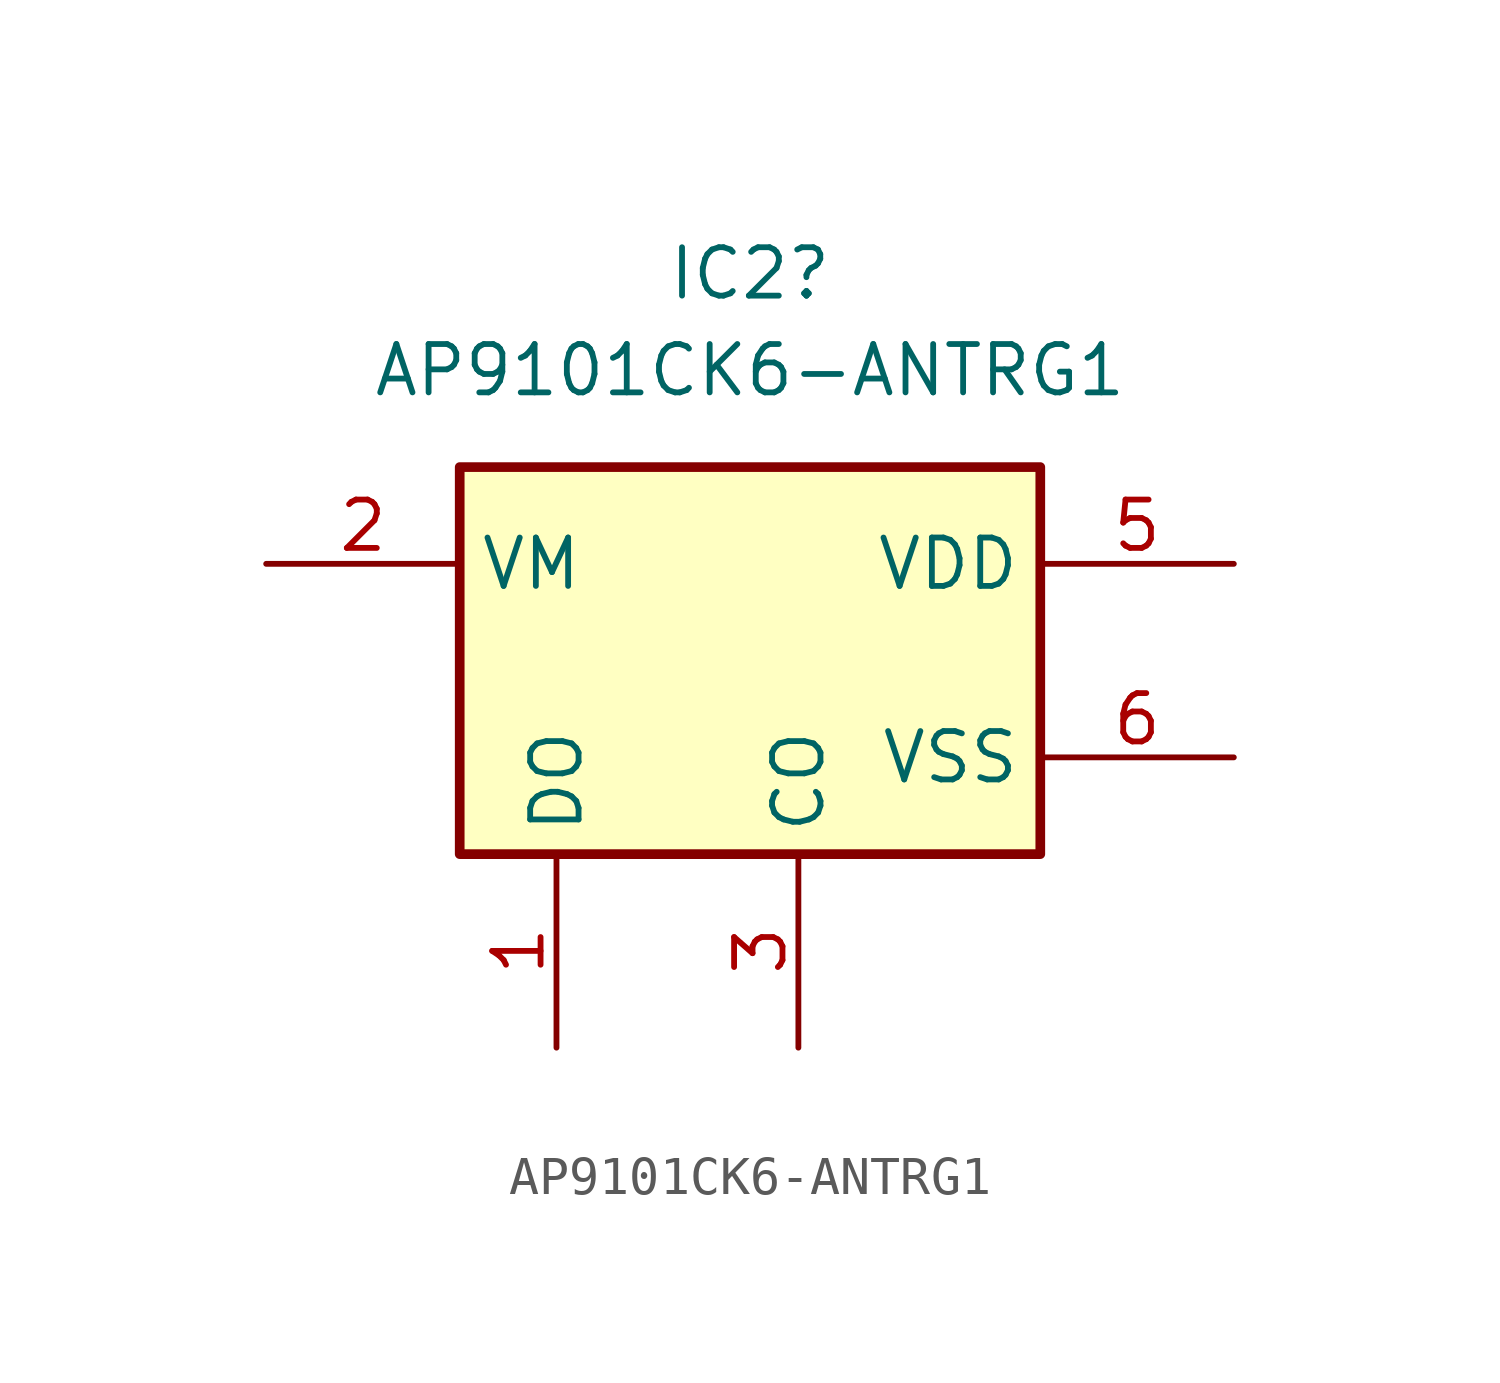
<source format=kicad_sym>
(kicad_symbol_lib
  (version 20220914)
  (generator kicad_symbol_editor)
  (symbol "AP9101CK6-ANTRG1"
    (property "Reference" "IC2"
      (at 0 10.16 0)
      (effects (font (size 1.27 1.27))))
    (property "Value" "AP9101CK6-ANTRG1"
      (at 0 7.62 0)
      (effects (font (size 1.27 1.27))))
    (symbol "AP9101CK6-ANTRG1_1_1"
      (rectangle (start -7.62 5.08) (end 7.62 -5.08) (stroke (width 0.254) (type default)) (fill (type background)))
      (pin output line (at -5.08 -10.16 90) (length 5.08) (name "DO" (effects (font (size 1.27 1.27)))) (number "1" (effects (font (size 1.27 1.27)))))
      (pin input line (at -12.7 2.54 0) (length 5.08) (name "VM" (effects (font (size 1.27 1.27)))) (number "2" (effects (font (size 1.27 1.27)))))
      (pin output line (at 1.27 -10.16 90) (length 5.08) (name "CO" (effects (font (size 1.27 1.27)))) (number "3" (effects (font (size 1.27 1.27)))))
      (pin no_connect line (at 12.7 0 180) (length 5.08) hide (name "NC" (effects (font (size 1.27 1.27)))) (number "4" (effects (font (size 1.27 1.27)))))
      (pin power_in line (at 12.7 2.54 180) (length 5.08) (name "VDD" (effects (font (size 1.27 1.27)))) (number "5" (effects (font (size 1.27 1.27)))))
      (pin power_in line (at 12.7 -2.54 180) (length 5.08) (name "VSS" (effects (font (size 1.27 1.27)))) (number "6" (effects (font (size 1.27 1.27))))))))
</source>
